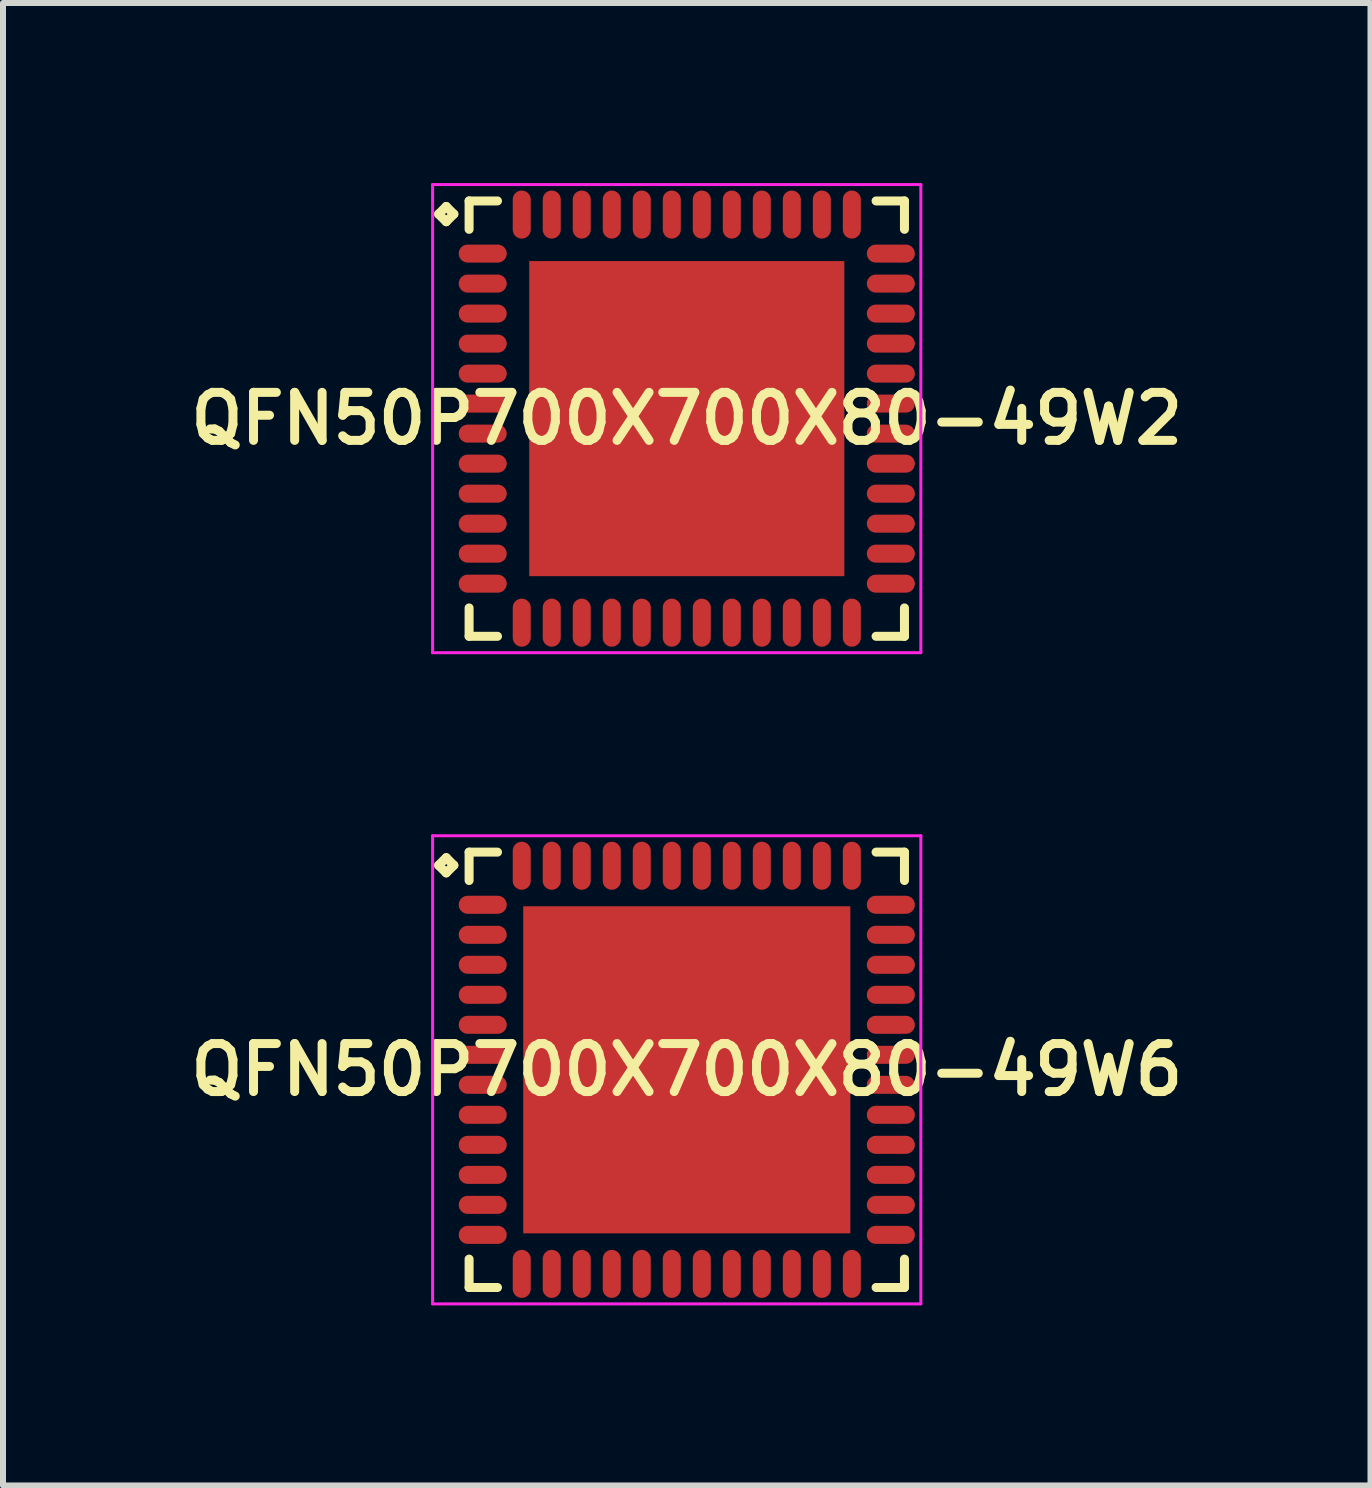
<source format=kicad_pcb>
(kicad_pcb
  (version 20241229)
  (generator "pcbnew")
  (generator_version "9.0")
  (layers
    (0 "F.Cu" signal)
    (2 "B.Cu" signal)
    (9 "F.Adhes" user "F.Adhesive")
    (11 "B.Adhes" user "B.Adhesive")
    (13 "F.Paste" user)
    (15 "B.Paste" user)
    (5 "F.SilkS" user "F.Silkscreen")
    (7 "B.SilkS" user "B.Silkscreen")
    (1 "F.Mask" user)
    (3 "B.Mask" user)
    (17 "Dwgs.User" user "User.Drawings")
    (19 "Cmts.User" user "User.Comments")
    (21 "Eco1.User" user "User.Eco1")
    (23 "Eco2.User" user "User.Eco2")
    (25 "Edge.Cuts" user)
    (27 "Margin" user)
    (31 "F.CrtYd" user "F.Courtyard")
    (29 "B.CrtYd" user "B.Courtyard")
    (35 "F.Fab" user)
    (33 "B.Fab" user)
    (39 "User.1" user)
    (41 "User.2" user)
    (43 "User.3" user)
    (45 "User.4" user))
  (footprint "QFN50P700X700X80-49W6"
    (layer "F.Cu")
    (at 8.393 14.775)
    (property "Reference" "QFN50P700X700X80-49W6" (at 0 0 0) (layer "F.SilkS") (effects (font (size 0.8 0.8) (thickness 0.15))))
    (attr smd)
    (fp_line (start -4.135 -3.408) (end -4.008 -3.535) (stroke (width 0.15) (type solid)) (layer "F.SilkS"))
    (fp_line (start -4.008 -3.535) (end -3.881 -3.408) (stroke (width 0.15) (type solid)) (layer "F.SilkS"))
    (fp_line (start -4.008 -3.281) (end -4.135 -3.408) (stroke (width 0.15) (type solid)) (layer "F.SilkS"))
    (fp_line (start -3.881 -3.408) (end -4.008 -3.281) (stroke (width 0.15) (type solid)) (layer "F.SilkS"))
    (fp_line (start -3.627 -3.627) (end -3.154 -3.627) (stroke (width 0.15) (type solid)) (layer "F.SilkS"))
    (fp_line (start -3.627 -3.154) (end -3.627 -3.627) (stroke (width 0.15) (type solid)) (layer "F.SilkS"))
    (fp_line (start -3.627 3.154) (end -3.627 3.627) (stroke (width 0.15) (type solid)) (layer "F.SilkS"))
    (fp_line (start -3.627 3.627) (end -3.154 3.627) (stroke (width 0.15) (type solid)) (layer "F.SilkS"))
    (fp_line (start 3.154 -3.627) (end 3.627 -3.627) (stroke (width 0.15) (type solid)) (layer "F.SilkS"))
    (fp_line (start 3.154 3.627) (end 3.627 3.627) (stroke (width 0.15) (type solid)) (layer "F.SilkS"))
    (fp_line (start 3.627 -3.627) (end 3.627 -3.154) (stroke (width 0.15) (type solid)) (layer "F.SilkS"))
    (fp_line (start 3.627 3.627) (end 3.627 3.154) (stroke (width 0.15) (type solid)) (layer "F.SilkS"))
    (fp_line (start -4.235 -3.9) (end 3.9 -3.9) (stroke (width 0.05) (type solid)) (layer "F.CrtYd"))
    (fp_line (start -4.235 3.9) (end -4.235 -3.9) (stroke (width 0.05) (type solid)) (layer "F.CrtYd"))
    (fp_line (start 3.9 -3.9) (end 3.9 3.9) (stroke (width 0.05) (type solid)) (layer "F.CrtYd"))
    (fp_line (start 3.9 3.9) (end -4.235 3.9) (stroke (width 0.05) (type solid)) (layer "F.CrtYd"))
    (pad "1" smd oval (at -3.4 -2.75) (size 0.8 0.3) (layers "F.Cu" "F.Mask" "F.Paste"))
    (pad "2" smd oval (at -3.4 -2.25) (size 0.8 0.3) (layers "F.Cu" "F.Mask" "F.Paste"))
    (pad "3" smd oval (at -3.4 -1.75) (size 0.8 0.3) (layers "F.Cu" "F.Mask" "F.Paste"))
    (pad "4" smd oval (at -3.4 -1.25) (size 0.8 0.3) (layers "F.Cu" "F.Mask" "F.Paste"))
    (pad "5" smd oval (at -3.4 -0.75) (size 0.8 0.3) (layers "F.Cu" "F.Mask" "F.Paste"))
    (pad "6" smd oval (at -3.4 -0.25) (size 0.8 0.3) (layers "F.Cu" "F.Mask" "F.Paste"))
    (pad "7" smd oval (at -3.4 0.25) (size 0.8 0.3) (layers "F.Cu" "F.Mask" "F.Paste"))
    (pad "8" smd oval (at -3.4 0.75) (size 0.8 0.3) (layers "F.Cu" "F.Mask" "F.Paste"))
    (pad "9" smd oval (at -3.4 1.25) (size 0.8 0.3) (layers "F.Cu" "F.Mask" "F.Paste"))
    (pad "10" smd oval (at -3.4 1.75) (size 0.8 0.3) (layers "F.Cu" "F.Mask" "F.Paste"))
    (pad "11" smd oval (at -3.4 2.25) (size 0.8 0.3) (layers "F.Cu" "F.Mask" "F.Paste"))
    (pad "12" smd oval (at -3.4 2.75) (size 0.8 0.3) (layers "F.Cu" "F.Mask" "F.Paste"))
    (pad "13" smd oval (at -2.75 3.4) (size 0.3 0.8) (layers "F.Cu" "F.Mask" "F.Paste"))
    (pad "14" smd oval (at -2.25 3.4) (size 0.3 0.8) (layers "F.Cu" "F.Mask" "F.Paste"))
    (pad "15" smd oval (at -1.75 3.4) (size 0.3 0.8) (layers "F.Cu" "F.Mask" "F.Paste"))
    (pad "16" smd oval (at -1.25 3.4) (size 0.3 0.8) (layers "F.Cu" "F.Mask" "F.Paste"))
    (pad "17" smd oval (at -0.75 3.4) (size 0.3 0.8) (layers "F.Cu" "F.Mask" "F.Paste"))
    (pad "18" smd oval (at -0.25 3.4) (size 0.3 0.8) (layers "F.Cu" "F.Mask" "F.Paste"))
    (pad "19" smd oval (at 0.25 3.4) (size 0.3 0.8) (layers "F.Cu" "F.Mask" "F.Paste"))
    (pad "20" smd oval (at 0.75 3.4) (size 0.3 0.8) (layers "F.Cu" "F.Mask" "F.Paste"))
    (pad "21" smd oval (at 1.25 3.4) (size 0.3 0.8) (layers "F.Cu" "F.Mask" "F.Paste"))
    (pad "22" smd oval (at 1.75 3.4) (size 0.3 0.8) (layers "F.Cu" "F.Mask" "F.Paste"))
    (pad "23" smd oval (at 2.25 3.4) (size 0.3 0.8) (layers "F.Cu" "F.Mask" "F.Paste"))
    (pad "24" smd oval (at 2.75 3.4) (size 0.3 0.8) (layers "F.Cu" "F.Mask" "F.Paste"))
    (pad "25" smd oval (at 3.4 2.75) (size 0.8 0.3) (layers "F.Cu" "F.Mask" "F.Paste"))
    (pad "26" smd oval (at 3.4 2.25) (size 0.8 0.3) (layers "F.Cu" "F.Mask" "F.Paste"))
    (pad "27" smd oval (at 3.4 1.75) (size 0.8 0.3) (layers "F.Cu" "F.Mask" "F.Paste"))
    (pad "28" smd oval (at 3.4 1.25) (size 0.8 0.3) (layers "F.Cu" "F.Mask" "F.Paste"))
    (pad "29" smd oval (at 3.4 0.75) (size 0.8 0.3) (layers "F.Cu" "F.Mask" "F.Paste"))
    (pad "30" smd oval (at 3.4 0.25) (size 0.8 0.3) (layers "F.Cu" "F.Mask" "F.Paste"))
    (pad "31" smd oval (at 3.4 -0.25) (size 0.8 0.3) (layers "F.Cu" "F.Mask" "F.Paste"))
    (pad "32" smd oval (at 3.4 -0.75) (size 0.8 0.3) (layers "F.Cu" "F.Mask" "F.Paste"))
    (pad "33" smd oval (at 3.4 -1.25) (size 0.8 0.3) (layers "F.Cu" "F.Mask" "F.Paste"))
    (pad "34" smd oval (at 3.4 -1.75) (size 0.8 0.3) (layers "F.Cu" "F.Mask" "F.Paste"))
    (pad "35" smd oval (at 3.4 -2.25) (size 0.8 0.3) (layers "F.Cu" "F.Mask" "F.Paste"))
    (pad "36" smd oval (at 3.4 -2.75) (size 0.8 0.3) (layers "F.Cu" "F.Mask" "F.Paste"))
    (pad "37" smd oval (at 2.75 -3.4) (size 0.3 0.8) (layers "F.Cu" "F.Mask" "F.Paste"))
    (pad "38" smd oval (at 2.25 -3.4) (size 0.3 0.8) (layers "F.Cu" "F.Mask" "F.Paste"))
    (pad "39" smd oval (at 1.75 -3.4) (size 0.3 0.8) (layers "F.Cu" "F.Mask" "F.Paste"))
    (pad "40" smd oval (at 1.25 -3.4) (size 0.3 0.8) (layers "F.Cu" "F.Mask" "F.Paste"))
    (pad "41" smd oval (at 0.75 -3.4) (size 0.3 0.8) (layers "F.Cu" "F.Mask" "F.Paste"))
    (pad "42" smd oval (at 0.25 -3.4) (size 0.3 0.8) (layers "F.Cu" "F.Mask" "F.Paste"))
    (pad "43" smd oval (at -0.25 -3.4) (size 0.3 0.8) (layers "F.Cu" "F.Mask" "F.Paste"))
    (pad "44" smd oval (at -0.75 -3.4) (size 0.3 0.8) (layers "F.Cu" "F.Mask" "F.Paste"))
    (pad "45" smd oval (at -1.25 -3.4) (size 0.3 0.8) (layers "F.Cu" "F.Mask" "F.Paste"))
    (pad "46" smd oval (at -1.75 -3.4) (size 0.3 0.8) (layers "F.Cu" "F.Mask" "F.Paste"))
    (pad "47" smd oval (at -2.25 -3.4) (size 0.3 0.8) (layers "F.Cu" "F.Mask" "F.Paste"))
    (pad "48" smd oval (at -2.75 -3.4) (size 0.3 0.8) (layers "F.Cu" "F.Mask" "F.Paste"))
    (pad "49" smd rect (at 0 0) (size 5.45 5.45) (layers "F.Cu" "F.Mask" "F.Paste")))
  (footprint "QFN50P700X700X80-49W2"
    (layer "F.Cu")
    (at 8.393 3.925)
    (property "Reference" "QFN50P700X700X80-49W2" (at 0 0 0) (layer "F.SilkS") (effects (font (size 0.8 0.8) (thickness 0.15))))
    (attr smd)
    (fp_line (start -4.135 -3.408) (end -4.008 -3.535) (stroke (width 0.15) (type solid)) (layer "F.SilkS"))
    (fp_line (start -4.008 -3.535) (end -3.881 -3.408) (stroke (width 0.15) (type solid)) (layer "F.SilkS"))
    (fp_line (start -4.008 -3.281) (end -4.135 -3.408) (stroke (width 0.15) (type solid)) (layer "F.SilkS"))
    (fp_line (start -3.881 -3.408) (end -4.008 -3.281) (stroke (width 0.15) (type solid)) (layer "F.SilkS"))
    (fp_line (start -3.627 -3.627) (end -3.154 -3.627) (stroke (width 0.15) (type solid)) (layer "F.SilkS"))
    (fp_line (start -3.627 -3.154) (end -3.627 -3.627) (stroke (width 0.15) (type solid)) (layer "F.SilkS"))
    (fp_line (start -3.627 3.154) (end -3.627 3.627) (stroke (width 0.15) (type solid)) (layer "F.SilkS"))
    (fp_line (start -3.627 3.627) (end -3.154 3.627) (stroke (width 0.15) (type solid)) (layer "F.SilkS"))
    (fp_line (start 3.154 -3.627) (end 3.627 -3.627) (stroke (width 0.15) (type solid)) (layer "F.SilkS"))
    (fp_line (start 3.154 3.627) (end 3.627 3.627) (stroke (width 0.15) (type solid)) (layer "F.SilkS"))
    (fp_line (start 3.627 -3.627) (end 3.627 -3.154) (stroke (width 0.15) (type solid)) (layer "F.SilkS"))
    (fp_line (start 3.627 3.627) (end 3.627 3.154) (stroke (width 0.15) (type solid)) (layer "F.SilkS"))
    (fp_line (start -4.235 -3.9) (end 3.9 -3.9) (stroke (width 0.05) (type solid)) (layer "F.CrtYd"))
    (fp_line (start -4.235 3.9) (end -4.235 -3.9) (stroke (width 0.05) (type solid)) (layer "F.CrtYd"))
    (fp_line (start 3.9 -3.9) (end 3.9 3.9) (stroke (width 0.05) (type solid)) (layer "F.CrtYd"))
    (fp_line (start 3.9 3.9) (end -4.235 3.9) (stroke (width 0.05) (type solid)) (layer "F.CrtYd"))
    (pad "1" smd oval (at -3.4 -2.75) (size 0.8 0.3) (layers "F.Cu" "F.Mask" "F.Paste"))
    (pad "2" smd oval (at -3.4 -2.25) (size 0.8 0.3) (layers "F.Cu" "F.Mask" "F.Paste"))
    (pad "3" smd oval (at -3.4 -1.75) (size 0.8 0.3) (layers "F.Cu" "F.Mask" "F.Paste"))
    (pad "4" smd oval (at -3.4 -1.25) (size 0.8 0.3) (layers "F.Cu" "F.Mask" "F.Paste"))
    (pad "5" smd oval (at -3.4 -0.75) (size 0.8 0.3) (layers "F.Cu" "F.Mask" "F.Paste"))
    (pad "6" smd oval (at -3.4 -0.25) (size 0.8 0.3) (layers "F.Cu" "F.Mask" "F.Paste"))
    (pad "7" smd oval (at -3.4 0.25) (size 0.8 0.3) (layers "F.Cu" "F.Mask" "F.Paste"))
    (pad "8" smd oval (at -3.4 0.75) (size 0.8 0.3) (layers "F.Cu" "F.Mask" "F.Paste"))
    (pad "9" smd oval (at -3.4 1.25) (size 0.8 0.3) (layers "F.Cu" "F.Mask" "F.Paste"))
    (pad "10" smd oval (at -3.4 1.75) (size 0.8 0.3) (layers "F.Cu" "F.Mask" "F.Paste"))
    (pad "11" smd oval (at -3.4 2.25) (size 0.8 0.3) (layers "F.Cu" "F.Mask" "F.Paste"))
    (pad "12" smd oval (at -3.4 2.75) (size 0.8 0.3) (layers "F.Cu" "F.Mask" "F.Paste"))
    (pad "13" smd oval (at -2.75 3.4) (size 0.3 0.8) (layers "F.Cu" "F.Mask" "F.Paste"))
    (pad "14" smd oval (at -2.25 3.4) (size 0.3 0.8) (layers "F.Cu" "F.Mask" "F.Paste"))
    (pad "15" smd oval (at -1.75 3.4) (size 0.3 0.8) (layers "F.Cu" "F.Mask" "F.Paste"))
    (pad "16" smd oval (at -1.25 3.4) (size 0.3 0.8) (layers "F.Cu" "F.Mask" "F.Paste"))
    (pad "17" smd oval (at -0.75 3.4) (size 0.3 0.8) (layers "F.Cu" "F.Mask" "F.Paste"))
    (pad "18" smd oval (at -0.25 3.4) (size 0.3 0.8) (layers "F.Cu" "F.Mask" "F.Paste"))
    (pad "19" smd oval (at 0.25 3.4) (size 0.3 0.8) (layers "F.Cu" "F.Mask" "F.Paste"))
    (pad "20" smd oval (at 0.75 3.4) (size 0.3 0.8) (layers "F.Cu" "F.Mask" "F.Paste"))
    (pad "21" smd oval (at 1.25 3.4) (size 0.3 0.8) (layers "F.Cu" "F.Mask" "F.Paste"))
    (pad "22" smd oval (at 1.75 3.4) (size 0.3 0.8) (layers "F.Cu" "F.Mask" "F.Paste"))
    (pad "23" smd oval (at 2.25 3.4) (size 0.3 0.8) (layers "F.Cu" "F.Mask" "F.Paste"))
    (pad "24" smd oval (at 2.75 3.4) (size 0.3 0.8) (layers "F.Cu" "F.Mask" "F.Paste"))
    (pad "25" smd oval (at 3.4 2.75) (size 0.8 0.3) (layers "F.Cu" "F.Mask" "F.Paste"))
    (pad "26" smd oval (at 3.4 2.25) (size 0.8 0.3) (layers "F.Cu" "F.Mask" "F.Paste"))
    (pad "27" smd oval (at 3.4 1.75) (size 0.8 0.3) (layers "F.Cu" "F.Mask" "F.Paste"))
    (pad "28" smd oval (at 3.4 1.25) (size 0.8 0.3) (layers "F.Cu" "F.Mask" "F.Paste"))
    (pad "29" smd oval (at 3.4 0.75) (size 0.8 0.3) (layers "F.Cu" "F.Mask" "F.Paste"))
    (pad "30" smd oval (at 3.4 0.25) (size 0.8 0.3) (layers "F.Cu" "F.Mask" "F.Paste"))
    (pad "31" smd oval (at 3.4 -0.25) (size 0.8 0.3) (layers "F.Cu" "F.Mask" "F.Paste"))
    (pad "32" smd oval (at 3.4 -0.75) (size 0.8 0.3) (layers "F.Cu" "F.Mask" "F.Paste"))
    (pad "33" smd oval (at 3.4 -1.25) (size 0.8 0.3) (layers "F.Cu" "F.Mask" "F.Paste"))
    (pad "34" smd oval (at 3.4 -1.75) (size 0.8 0.3) (layers "F.Cu" "F.Mask" "F.Paste"))
    (pad "35" smd oval (at 3.4 -2.25) (size 0.8 0.3) (layers "F.Cu" "F.Mask" "F.Paste"))
    (pad "36" smd oval (at 3.4 -2.75) (size 0.8 0.3) (layers "F.Cu" "F.Mask" "F.Paste"))
    (pad "37" smd oval (at 2.75 -3.4) (size 0.3 0.8) (layers "F.Cu" "F.Mask" "F.Paste"))
    (pad "38" smd oval (at 2.25 -3.4) (size 0.3 0.8) (layers "F.Cu" "F.Mask" "F.Paste"))
    (pad "39" smd oval (at 1.75 -3.4) (size 0.3 0.8) (layers "F.Cu" "F.Mask" "F.Paste"))
    (pad "40" smd oval (at 1.25 -3.4) (size 0.3 0.8) (layers "F.Cu" "F.Mask" "F.Paste"))
    (pad "41" smd oval (at 0.75 -3.4) (size 0.3 0.8) (layers "F.Cu" "F.Mask" "F.Paste"))
    (pad "42" smd oval (at 0.25 -3.4) (size 0.3 0.8) (layers "F.Cu" "F.Mask" "F.Paste"))
    (pad "43" smd oval (at -0.25 -3.4) (size 0.3 0.8) (layers "F.Cu" "F.Mask" "F.Paste"))
    (pad "44" smd oval (at -0.75 -3.4) (size 0.3 0.8) (layers "F.Cu" "F.Mask" "F.Paste"))
    (pad "45" smd oval (at -1.25 -3.4) (size 0.3 0.8) (layers "F.Cu" "F.Mask" "F.Paste"))
    (pad "46" smd oval (at -1.75 -3.4) (size 0.3 0.8) (layers "F.Cu" "F.Mask" "F.Paste"))
    (pad "47" smd oval (at -2.25 -3.4) (size 0.3 0.8) (layers "F.Cu" "F.Mask" "F.Paste"))
    (pad "48" smd oval (at -2.75 -3.4) (size 0.3 0.8) (layers "F.Cu" "F.Mask" "F.Paste"))
    (pad "49" smd rect (at 0 0) (size 5.25 5.25) (layers "F.Cu" "F.Mask" "F.Paste")))
  (gr_rect
    (start -3 -3)
    (end 19.785 21.7)
    (stroke (width 0.1) (type default))
    (fill no)
    (layer "Edge.Cuts")))
</source>
